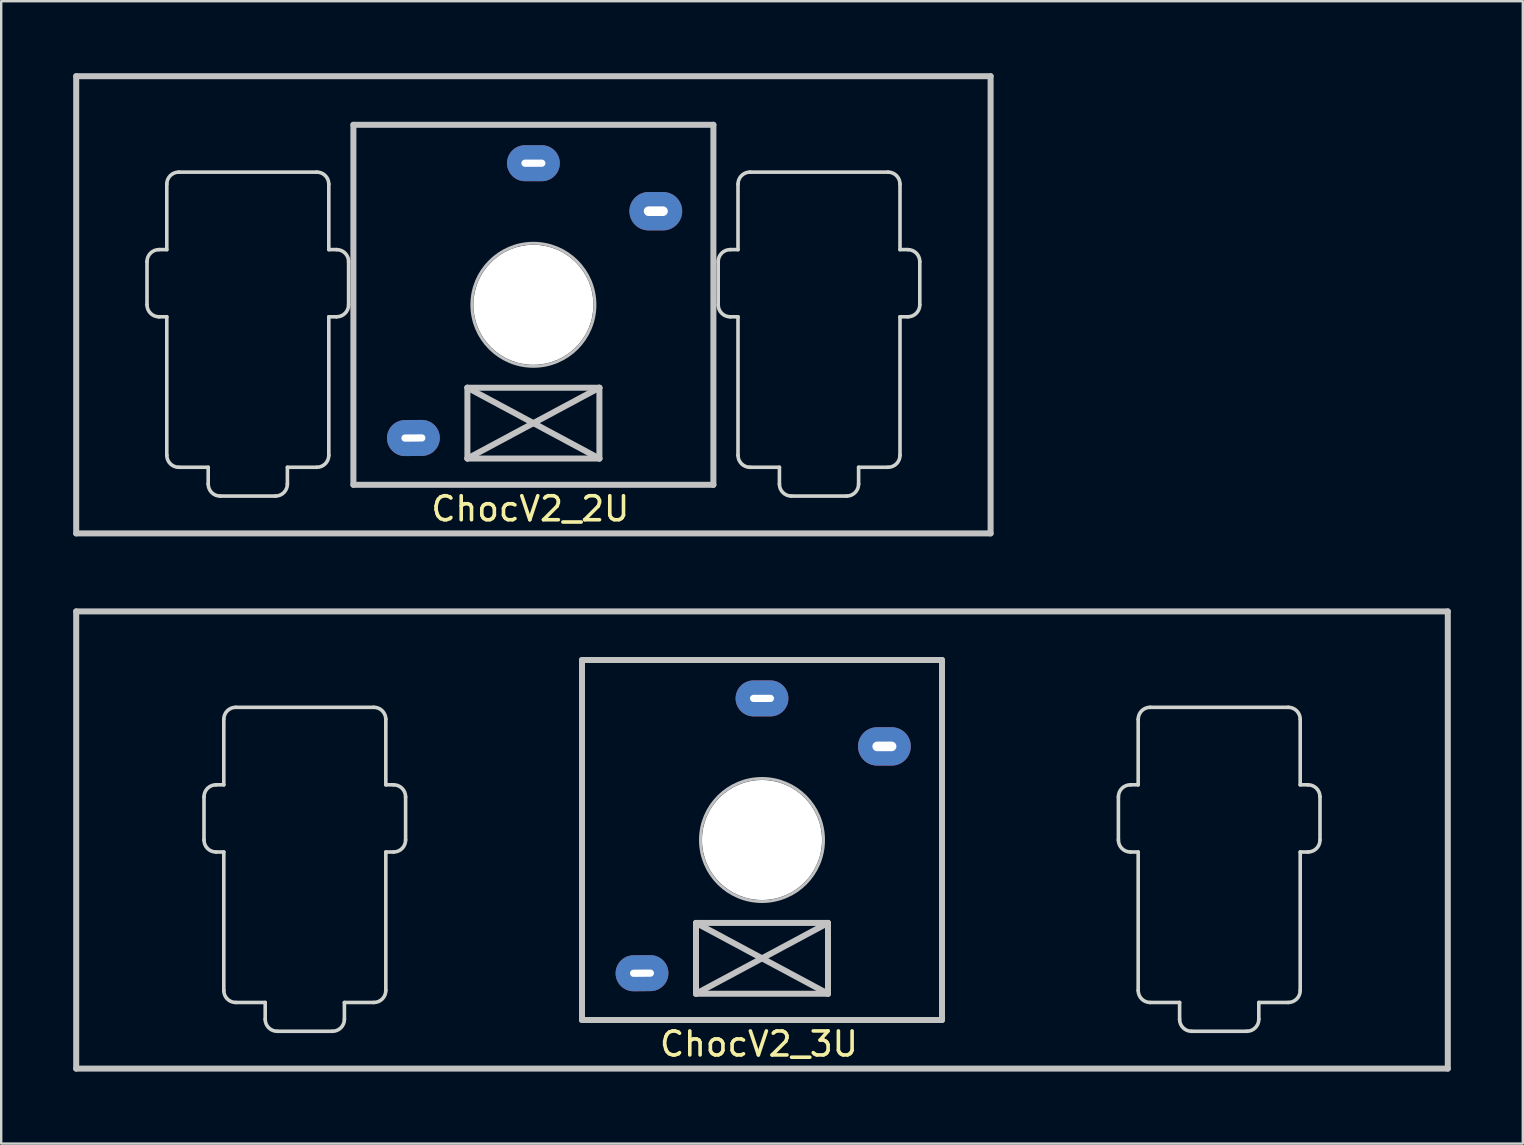
<source format=kicad_pcb>
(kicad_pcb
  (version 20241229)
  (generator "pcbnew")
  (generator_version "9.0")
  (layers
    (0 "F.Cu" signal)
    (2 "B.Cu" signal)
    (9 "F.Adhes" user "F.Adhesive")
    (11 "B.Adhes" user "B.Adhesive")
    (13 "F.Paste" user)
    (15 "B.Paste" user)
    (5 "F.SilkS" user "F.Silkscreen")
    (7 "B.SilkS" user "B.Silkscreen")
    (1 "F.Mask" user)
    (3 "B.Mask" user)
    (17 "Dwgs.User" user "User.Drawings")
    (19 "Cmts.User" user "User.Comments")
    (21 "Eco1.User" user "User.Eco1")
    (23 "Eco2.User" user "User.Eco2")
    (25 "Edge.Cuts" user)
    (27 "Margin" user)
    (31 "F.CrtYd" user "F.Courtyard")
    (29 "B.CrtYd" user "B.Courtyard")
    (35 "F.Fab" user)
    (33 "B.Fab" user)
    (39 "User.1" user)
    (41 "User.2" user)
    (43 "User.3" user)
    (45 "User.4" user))
  (footprint "ChocV2_2U"
    (layer "F.Cu")
    (at 19.175 9.65)
    (property "Reference" "ChocV2_2U" (at -0.127 8.5 0) (layer "F.SilkS") (effects (font (size 1 1) (thickness 0.15))))
    (attr through_hole)
    (fp_line (start -19.05 9.525) (end -19.05 -9.525) (stroke (width 0.25) (type solid)) (layer "Dwgs.User"))
    (fp_line (start -19.05 9.525) (end 19.05 9.525) (stroke (width 0.25) (type solid)) (layer "Dwgs.User"))
    (fp_line (start -7.5 -7.5) (end 7.5 -7.5) (stroke (width 0.25) (type solid)) (layer "Dwgs.User"))
    (fp_line (start -7.5 7.5) (end -7.5 -7.5) (stroke (width 0.25) (type solid)) (layer "Dwgs.User"))
    (fp_line (start -2.75 3.455) (end -2.75 6.405) (stroke (width 0.25) (type solid)) (layer "Dwgs.User"))
    (fp_line (start -2.75 3.455) (end 2.75 6.405) (stroke (width 0.25) (type solid)) (layer "Dwgs.User"))
    (fp_line (start -2.75 6.405) (end 2.75 3.455) (stroke (width 0.25) (type solid)) (layer "Dwgs.User"))
    (fp_line (start -2.75 6.405) (end 2.75 6.405) (stroke (width 0.25) (type solid)) (layer "Dwgs.User"))
    (fp_line (start 2.75 3.455) (end -2.75 3.455) (stroke (width 0.25) (type solid)) (layer "Dwgs.User"))
    (fp_line (start 2.75 6.405) (end 2.75 3.455) (stroke (width 0.25) (type solid)) (layer "Dwgs.User"))
    (fp_line (start 7.5 -7.5) (end 7.5 7.5) (stroke (width 0.25) (type solid)) (layer "Dwgs.User"))
    (fp_line (start 7.5 7.5) (end -7.5 7.5) (stroke (width 0.25) (type solid)) (layer "Dwgs.User"))
    (fp_line (start 19.05 -9.525) (end -19.05 -9.525) (stroke (width 0.25) (type solid)) (layer "Dwgs.User"))
    (fp_line (start 19.05 -9.525) (end 19.05 9.525) (stroke (width 0.25) (type solid)) (layer "Dwgs.User"))
    (fp_circle (center 0 0) (end -0.711 -2.464) (stroke (width 0.12) (type solid)) (fill no) (layer "Dwgs.User"))
    (fp_line (start -16.1 -1.799) (end -16.1 -0.00025) (stroke (width 0.15) (type solid)) (layer "Edge.Cuts"))
    (fp_line (start -15.6 0.5) (end -15.275 0.5) (stroke (width 0.15) (type solid)) (layer "Edge.Cuts"))
    (fp_line (start -15.275 -5.029) (end -15.275 -2.299) (stroke (width 0.15) (type solid)) (layer "Edge.Cuts"))
    (fp_line (start -15.275 -2.299) (end -15.6 -2.299) (stroke (width 0.15) (type solid)) (layer "Edge.Cuts"))
    (fp_line (start -15.275 0.5) (end -15.275 6.27) (stroke (width 0.15) (type solid)) (layer "Edge.Cuts"))
    (fp_line (start -14.775 6.77) (end -13.55 6.77) (stroke (width 0.15) (type solid)) (layer "Edge.Cuts"))
    (fp_line (start -14.775 -5.529) (end -9.025 -5.529) (stroke (width 0.15) (type solid)) (layer "Edge.Cuts"))
    (fp_line (start -13.55 6.77) (end -13.55 7.47) (stroke (width 0.15) (type solid)) (layer "Edge.Cuts"))
    (fp_line (start -10.75 7.97) (end -13.05 7.97) (stroke (width 0.15) (type solid)) (layer "Edge.Cuts"))
    (fp_line (start -10.25 6.77) (end -9.025 6.77) (stroke (width 0.15) (type solid)) (layer "Edge.Cuts"))
    (fp_line (start -10.25 7.47) (end -10.25 6.77) (stroke (width 0.15) (type solid)) (layer "Edge.Cuts"))
    (fp_line (start -8.525 0.5) (end -8.525 6.27) (stroke (width 0.15) (type solid)) (layer "Edge.Cuts"))
    (fp_line (start -8.525 -2.299) (end -8.2 -2.299) (stroke (width 0.15) (type solid)) (layer "Edge.Cuts"))
    (fp_line (start -8.525 -5.029) (end -8.525 -2.299) (stroke (width 0.15) (type solid)) (layer "Edge.Cuts"))
    (fp_line (start -8.2 0.5) (end -8.525 0.5) (stroke (width 0.15) (type solid)) (layer "Edge.Cuts"))
    (fp_line (start -7.7 -1.799) (end -7.7 -0.000156) (stroke (width 0.15) (type solid)) (layer "Edge.Cuts"))
    (fp_line (start 7.7 -1.799) (end 7.7 -0.000156) (stroke (width 0.15) (type solid)) (layer "Edge.Cuts"))
    (fp_line (start 8.2 0.5) (end 8.525 0.5) (stroke (width 0.15) (type solid)) (layer "Edge.Cuts"))
    (fp_line (start 8.525 -2.299) (end 8.2 -2.299) (stroke (width 0.15) (type solid)) (layer "Edge.Cuts"))
    (fp_line (start 8.525 0.5) (end 8.525 6.27) (stroke (width 0.15) (type solid)) (layer "Edge.Cuts"))
    (fp_line (start 8.525 -5.029) (end 8.525 -2.299) (stroke (width 0.15) (type solid)) (layer "Edge.Cuts"))
    (fp_line (start 9.025 6.77) (end 10.251 6.77) (stroke (width 0.15) (type solid)) (layer "Edge.Cuts"))
    (fp_line (start 10.251 6.77) (end 10.251 7.47) (stroke (width 0.15) (type solid)) (layer "Edge.Cuts"))
    (fp_line (start 10.751 7.97) (end 13.05 7.97) (stroke (width 0.15) (type solid)) (layer "Edge.Cuts"))
    (fp_line (start 13.55 6.77) (end 14.775 6.77) (stroke (width 0.15) (type solid)) (layer "Edge.Cuts"))
    (fp_line (start 13.55 7.47) (end 13.55 6.77) (stroke (width 0.15) (type solid)) (layer "Edge.Cuts"))
    (fp_line (start 14.775 -5.529) (end 9.025 -5.529) (stroke (width 0.15) (type solid)) (layer "Edge.Cuts"))
    (fp_line (start 15.275 -2.299) (end 15.275 -5.029) (stroke (width 0.15) (type solid)) (layer "Edge.Cuts"))
    (fp_line (start 15.275 0.5) (end 15.6 0.5) (stroke (width 0.15) (type solid)) (layer "Edge.Cuts"))
    (fp_line (start 15.275 6.27) (end 15.275 0.5) (stroke (width 0.15) (type solid)) (layer "Edge.Cuts"))
    (fp_line (start 15.6 -2.299) (end 15.275 -2.299) (stroke (width 0.15) (type solid)) (layer "Edge.Cuts"))
    (fp_line (start 16.1 -0.00025) (end 16.1 -1.799) (stroke (width 0.15) (type solid)) (layer "Edge.Cuts"))
    (fp_arc (start -16.100249 -1.799149) (mid -15.953803 -2.152703) (end -15.60025 -2.29915) (stroke (width 0.15) (type solid)) (layer "Edge.Cuts"))
    (fp_arc (start -15.600249 0.499751) (mid -15.953803 0.353304) (end -16.10025 -0.00025) (stroke (width 0.15) (type solid)) (layer "Edge.Cuts"))
    (fp_arc (start -15.274751 -5.029249) (mid -15.128304 -5.382803) (end -14.77475 -5.52925) (stroke (width 0.15) (type solid)) (layer "Edge.Cuts"))
    (fp_arc (start -14.77475 6.769649) (mid -15.128303 6.623202) (end -15.27475 6.269649) (stroke (width 0.15) (type solid)) (layer "Edge.Cuts"))
    (fp_arc (start -13.04965 7.969849) (mid -13.403203 7.823402) (end -13.54965 7.469849) (stroke (width 0.15) (type solid)) (layer "Edge.Cuts"))
    (fp_arc (start -10.25045 7.469849) (mid -10.396897 7.823402) (end -10.75045 7.969849) (stroke (width 0.15) (type solid)) (layer "Edge.Cuts"))
    (fp_arc (start -9.025049 -5.529186) (mid -8.671499 -5.382731) (end -8.525061 -5.029174) (stroke (width 0.15) (type solid)) (layer "Edge.Cuts"))
    (fp_arc (start -8.525312 6.269724) (mid -8.671766 6.623274) (end -9.025323 6.769713) (stroke (width 0.15) (type solid)) (layer "Edge.Cuts"))
    (fp_arc (start -8.199621 -2.299067) (mid -7.846071 -2.152613) (end -7.699632 -1.799056) (stroke (width 0.15) (type solid)) (layer "Edge.Cuts"))
    (fp_arc (start -7.699673 -0.000156) (mid -7.846127 0.353393) (end -8.199683 0.499832) (stroke (width 0.15) (type solid)) (layer "Edge.Cuts"))
    (fp_arc (start 7.699632 -1.799056) (mid 7.846071 -2.152613) (end 8.199621 -2.299067) (stroke (width 0.15) (type solid)) (layer "Edge.Cuts"))
    (fp_arc (start 8.199683 0.499833) (mid 7.846126 0.353394) (end 7.699672 -0.000156) (stroke (width 0.15) (type solid)) (layer "Edge.Cuts"))
    (fp_arc (start 8.525449 -5.029251) (mid 8.671896 -5.382804) (end 9.02545 -5.52925) (stroke (width 0.15) (type solid)) (layer "Edge.Cuts"))
    (fp_arc (start 9.025451 6.769649) (mid 8.671905 6.623211) (end 8.52545 6.269673) (stroke (width 0.15) (type solid)) (layer "Edge.Cuts"))
    (fp_arc (start 10.75055 7.969849) (mid 10.396997 7.823402) (end 10.25055 7.469849) (stroke (width 0.15) (type solid)) (layer "Edge.Cuts"))
    (fp_arc (start 13.549649 7.469849) (mid 13.403202 7.823402) (end 13.049649 7.969849) (stroke (width 0.15) (type solid)) (layer "Edge.Cuts"))
    (fp_arc (start 14.774749 -5.529249) (mid 15.128302 -5.382802) (end 15.274749 -5.029249) (stroke (width 0.15) (type solid)) (layer "Edge.Cuts"))
    (fp_arc (start 15.274749 6.269649) (mid 15.128302 6.623202) (end 14.774749 6.769649) (stroke (width 0.15) (type solid)) (layer "Edge.Cuts"))
    (fp_arc (start 15.600249 -2.29915) (mid 15.953802 -2.152703) (end 16.100249 -1.79915) (stroke (width 0.15) (type solid)) (layer "Edge.Cuts"))
    (fp_arc (start 16.100248 -0.00025) (mid 15.953802 0.353303) (end 15.600249 0.499749) (stroke (width 0.15) (type solid)) (layer "Edge.Cuts"))
    (pad "" np_thru_hole circle (at 0 0 90) (size 5 5) (drill 5) (layers "*.Cu" "*.Mask"))
    (pad "1" thru_hole oval (at 5.1 -3.9 180) (size 2.2 1.6) (drill oval 1 0.4) (layers "*.Cu" "B.Mask"))
    (pad "2" thru_hole oval (at 0 -5.9 180) (size 2.2 1.5) (drill oval 1 0.3) (layers "*.Cu" "B.Mask"))
    (pad "NC" thru_hole oval (at -5 5.55 180.5) (size 2.2 1.5) (drill oval 1 0.3) (layers "*.Cu" "B.Mask")))
  (footprint "ChocV2_3U"
    (layer "F.Cu")
    (at 28.7 31.95)
    (property "Reference" "ChocV2_3U" (at -0.127 8.5 0) (layer "F.SilkS") (effects (font (size 1 1) (thickness 0.15))))
    (attr through_hole)
    (fp_line (start -28.575 9.525) (end -28.575 -9.525) (stroke (width 0.25) (type solid)) (layer "Dwgs.User"))
    (fp_line (start -28.575 9.525) (end 28.575 9.525) (stroke (width 0.25) (type solid)) (layer "Dwgs.User"))
    (fp_line (start -7.5 -7.5) (end 7.5 -7.5) (stroke (width 0.25) (type solid)) (layer "Dwgs.User"))
    (fp_line (start -7.5 7.5) (end -7.5 -7.5) (stroke (width 0.25) (type solid)) (layer "Dwgs.User"))
    (fp_line (start -2.75 3.455) (end -2.75 6.405) (stroke (width 0.25) (type solid)) (layer "Dwgs.User"))
    (fp_line (start -2.75 3.455) (end 2.75 6.405) (stroke (width 0.25) (type solid)) (layer "Dwgs.User"))
    (fp_line (start -2.75 6.405) (end 2.75 3.455) (stroke (width 0.25) (type solid)) (layer "Dwgs.User"))
    (fp_line (start -2.75 6.405) (end 2.75 6.405) (stroke (width 0.25) (type solid)) (layer "Dwgs.User"))
    (fp_line (start 2.75 3.455) (end -2.75 3.455) (stroke (width 0.25) (type solid)) (layer "Dwgs.User"))
    (fp_line (start 2.75 6.405) (end 2.75 3.455) (stroke (width 0.25) (type solid)) (layer "Dwgs.User"))
    (fp_line (start 7.5 -7.5) (end 7.5 7.5) (stroke (width 0.25) (type solid)) (layer "Dwgs.User"))
    (fp_line (start 7.5 7.5) (end -7.5 7.5) (stroke (width 0.25) (type solid)) (layer "Dwgs.User"))
    (fp_line (start 28.575 -9.525) (end -28.575 -9.525) (stroke (width 0.25) (type solid)) (layer "Dwgs.User"))
    (fp_line (start 28.575 -9.525) (end 28.575 9.525) (stroke (width 0.25) (type solid)) (layer "Dwgs.User"))
    (fp_circle (center 0 0) (end -0.711 -2.464) (stroke (width 0.12) (type solid)) (fill no) (layer "Dwgs.User"))
    (fp_line (start -23.25 -1.799) (end -23.25 -0.000469) (stroke (width 0.15) (type solid)) (layer "Edge.Cuts"))
    (fp_line (start -22.75 0.5) (end -22.425 0.5) (stroke (width 0.15) (type solid)) (layer "Edge.Cuts"))
    (fp_line (start -22.425 -5.029) (end -22.425 -2.299) (stroke (width 0.15) (type solid)) (layer "Edge.Cuts"))
    (fp_line (start -22.425 -2.299) (end -22.75 -2.299) (stroke (width 0.15) (type solid)) (layer "Edge.Cuts"))
    (fp_line (start -22.425 0.5) (end -22.425 6.27) (stroke (width 0.15) (type solid)) (layer "Edge.Cuts"))
    (fp_line (start -21.925 6.77) (end -20.7 6.77) (stroke (width 0.15) (type solid)) (layer "Edge.Cuts"))
    (fp_line (start -20.7 6.77) (end -20.7 7.47) (stroke (width 0.15) (type solid)) (layer "Edge.Cuts"))
    (fp_line (start -20.2 7.97) (end -17.9 7.97) (stroke (width 0.15) (type solid)) (layer "Edge.Cuts"))
    (fp_line (start -17.4 6.77) (end -17.4 7.47) (stroke (width 0.15) (type solid)) (layer "Edge.Cuts"))
    (fp_line (start -16.174 -5.529) (end -21.925 -5.529) (stroke (width 0.15) (type solid)) (layer "Edge.Cuts"))
    (fp_line (start -16.174 6.77) (end -17.4 6.77) (stroke (width 0.15) (type solid)) (layer "Edge.Cuts"))
    (fp_line (start -15.674 -5.029) (end -15.674 -2.299) (stroke (width 0.15) (type solid)) (layer "Edge.Cuts"))
    (fp_line (start -15.674 -2.299) (end -15.35 -2.299) (stroke (width 0.15) (type solid)) (layer "Edge.Cuts"))
    (fp_line (start -15.674 0.5) (end -15.674 6.27) (stroke (width 0.15) (type solid)) (layer "Edge.Cuts"))
    (fp_line (start -15.35 0.5) (end -15.674 0.5) (stroke (width 0.15) (type solid)) (layer "Edge.Cuts"))
    (fp_line (start -14.85 -1.799) (end -14.85 -0.000469) (stroke (width 0.15) (type solid)) (layer "Edge.Cuts"))
    (fp_line (start 14.85 -1.799) (end 14.85 -0.000469) (stroke (width 0.15) (type solid)) (layer "Edge.Cuts"))
    (fp_line (start 15.35 0.5) (end 15.674 0.5) (stroke (width 0.15) (type solid)) (layer "Edge.Cuts"))
    (fp_line (start 15.674 -5.029) (end 15.674 -2.299) (stroke (width 0.15) (type solid)) (layer "Edge.Cuts"))
    (fp_line (start 15.674 -2.299) (end 15.35 -2.299) (stroke (width 0.15) (type solid)) (layer "Edge.Cuts"))
    (fp_line (start 15.674 0.5) (end 15.674 6.27) (stroke (width 0.15) (type solid)) (layer "Edge.Cuts"))
    (fp_line (start 16.174 -5.529) (end 21.925 -5.529) (stroke (width 0.15) (type solid)) (layer "Edge.Cuts"))
    (fp_line (start 16.174 6.77) (end 17.4 6.77) (stroke (width 0.15) (type solid)) (layer "Edge.Cuts"))
    (fp_line (start 17.4 6.77) (end 17.4 7.47) (stroke (width 0.15) (type solid)) (layer "Edge.Cuts"))
    (fp_line (start 20.2 7.97) (end 17.9 7.97) (stroke (width 0.15) (type solid)) (layer "Edge.Cuts"))
    (fp_line (start 20.7 6.77) (end 20.7 7.47) (stroke (width 0.15) (type solid)) (layer "Edge.Cuts"))
    (fp_line (start 21.925 6.77) (end 20.7 6.77) (stroke (width 0.15) (type solid)) (layer "Edge.Cuts"))
    (fp_line (start 22.425 -5.029) (end 22.425 -2.299) (stroke (width 0.15) (type solid)) (layer "Edge.Cuts"))
    (fp_line (start 22.425 -2.299) (end 22.75 -2.299) (stroke (width 0.15) (type solid)) (layer "Edge.Cuts"))
    (fp_line (start 22.425 0.5) (end 22.425 6.27) (stroke (width 0.15) (type solid)) (layer "Edge.Cuts"))
    (fp_line (start 22.75 0.5) (end 22.425 0.5) (stroke (width 0.15) (type solid)) (layer "Edge.Cuts"))
    (fp_line (start 23.25 -1.799) (end 23.25 -0.000469) (stroke (width 0.15) (type solid)) (layer "Edge.Cuts"))
    (fp_arc (start -23.24952 -1.79923) (mid -23.103073 -2.152783) (end -22.74952 -2.29923) (stroke (width 0.15) (type solid)) (layer "Edge.Cuts"))
    (fp_arc (start -22.74952 0.499531) (mid -23.103073 0.353084) (end -23.24952 -0.000469) (stroke (width 0.15) (type solid)) (layer "Edge.Cuts"))
    (fp_arc (start -22.425469 -5.02943) (mid -22.279023 -5.382983) (end -21.92547 -5.529429) (stroke (width 0.15) (type solid)) (layer "Edge.Cuts"))
    (fp_arc (start -21.92547 6.7696) (mid -22.279023 6.623153) (end -22.42547 6.2696) (stroke (width 0.15) (type solid)) (layer "Edge.Cuts"))
    (fp_arc (start -20.20017 7.96987) (mid -20.553723 7.823423) (end -20.70017 7.46987) (stroke (width 0.15) (type solid)) (layer "Edge.Cuts"))
    (fp_arc (start -17.39975 7.46987) (mid -17.546197 7.823423) (end -17.89975 7.96987) (stroke (width 0.15) (type solid)) (layer "Edge.Cuts"))
    (fp_arc (start -16.17445 -5.52943) (mid -15.820897 -5.382983) (end -15.67445 -5.02943) (stroke (width 0.15) (type solid)) (layer "Edge.Cuts"))
    (fp_arc (start -15.67445 6.2696) (mid -15.820897 6.623153) (end -16.17445 6.7696) (stroke (width 0.15) (type solid)) (layer "Edge.Cuts"))
    (fp_arc (start -15.3504 -2.29923) (mid -14.996847 -2.152783) (end -14.8504 -1.79923) (stroke (width 0.15) (type solid)) (layer "Edge.Cuts"))
    (fp_arc (start -14.850401 -0.000469) (mid -14.996847 0.353084) (end -15.3504 0.49953) (stroke (width 0.15) (type solid)) (layer "Edge.Cuts"))
    (fp_arc (start 14.8504 -1.79923) (mid 14.996847 -2.152783) (end 15.3504 -2.29923) (stroke (width 0.15) (type solid)) (layer "Edge.Cuts"))
    (fp_arc (start 15.3504 0.499531) (mid 14.996847 0.353084) (end 14.8504 -0.000469) (stroke (width 0.15) (type solid)) (layer "Edge.Cuts"))
    (fp_arc (start 15.674451 -5.02943) (mid 15.820897 -5.382983) (end 16.17445 -5.529429) (stroke (width 0.15) (type solid)) (layer "Edge.Cuts"))
    (fp_arc (start 16.17445 6.7696) (mid 15.820897 6.623153) (end 15.67445 6.2696) (stroke (width 0.15) (type solid)) (layer "Edge.Cuts"))
    (fp_arc (start 17.89975 7.96987) (mid 17.546197 7.823423) (end 17.39975 7.46987) (stroke (width 0.15) (type solid)) (layer "Edge.Cuts"))
    (fp_arc (start 20.70017 7.46987) (mid 20.553723 7.823423) (end 20.20017 7.96987) (stroke (width 0.15) (type solid)) (layer "Edge.Cuts"))
    (fp_arc (start 21.92547 -5.52943) (mid 22.279023 -5.382983) (end 22.42547 -5.02943) (stroke (width 0.15) (type solid)) (layer "Edge.Cuts"))
    (fp_arc (start 22.42547 6.2696) (mid 22.279023 6.623153) (end 21.92547 6.7696) (stroke (width 0.15) (type solid)) (layer "Edge.Cuts"))
    (fp_arc (start 22.74952 -2.29923) (mid 23.103073 -2.152783) (end 23.24952 -1.79923) (stroke (width 0.15) (type solid)) (layer "Edge.Cuts"))
    (fp_arc (start 23.249519 -0.000469) (mid 23.103073 0.353084) (end 22.74952 0.49953) (stroke (width 0.15) (type solid)) (layer "Edge.Cuts"))
    (pad "" np_thru_hole circle (at 0 0 90) (size 5 5) (drill 5) (layers "*.Cu" "*.Mask"))
    (pad "1" thru_hole oval (at 5.1 -3.9 180) (size 2.2 1.6) (drill oval 1 0.4) (layers "*.Cu" "B.Mask"))
    (pad "2" thru_hole oval (at 0 -5.9 180) (size 2.2 1.5) (drill oval 1 0.3) (layers "*.Cu" "B.Mask"))
    (pad "NC" thru_hole oval (at -5 5.55 180.5) (size 2.2 1.5) (drill oval 1 0.3) (layers "*.Cu" "B.Mask")))
  (gr_rect
    (start -3 -3)
    (end 60.4 44.6)
    (stroke (width 0.1) (type default))
    (fill no)
    (layer "Edge.Cuts")))
</source>
